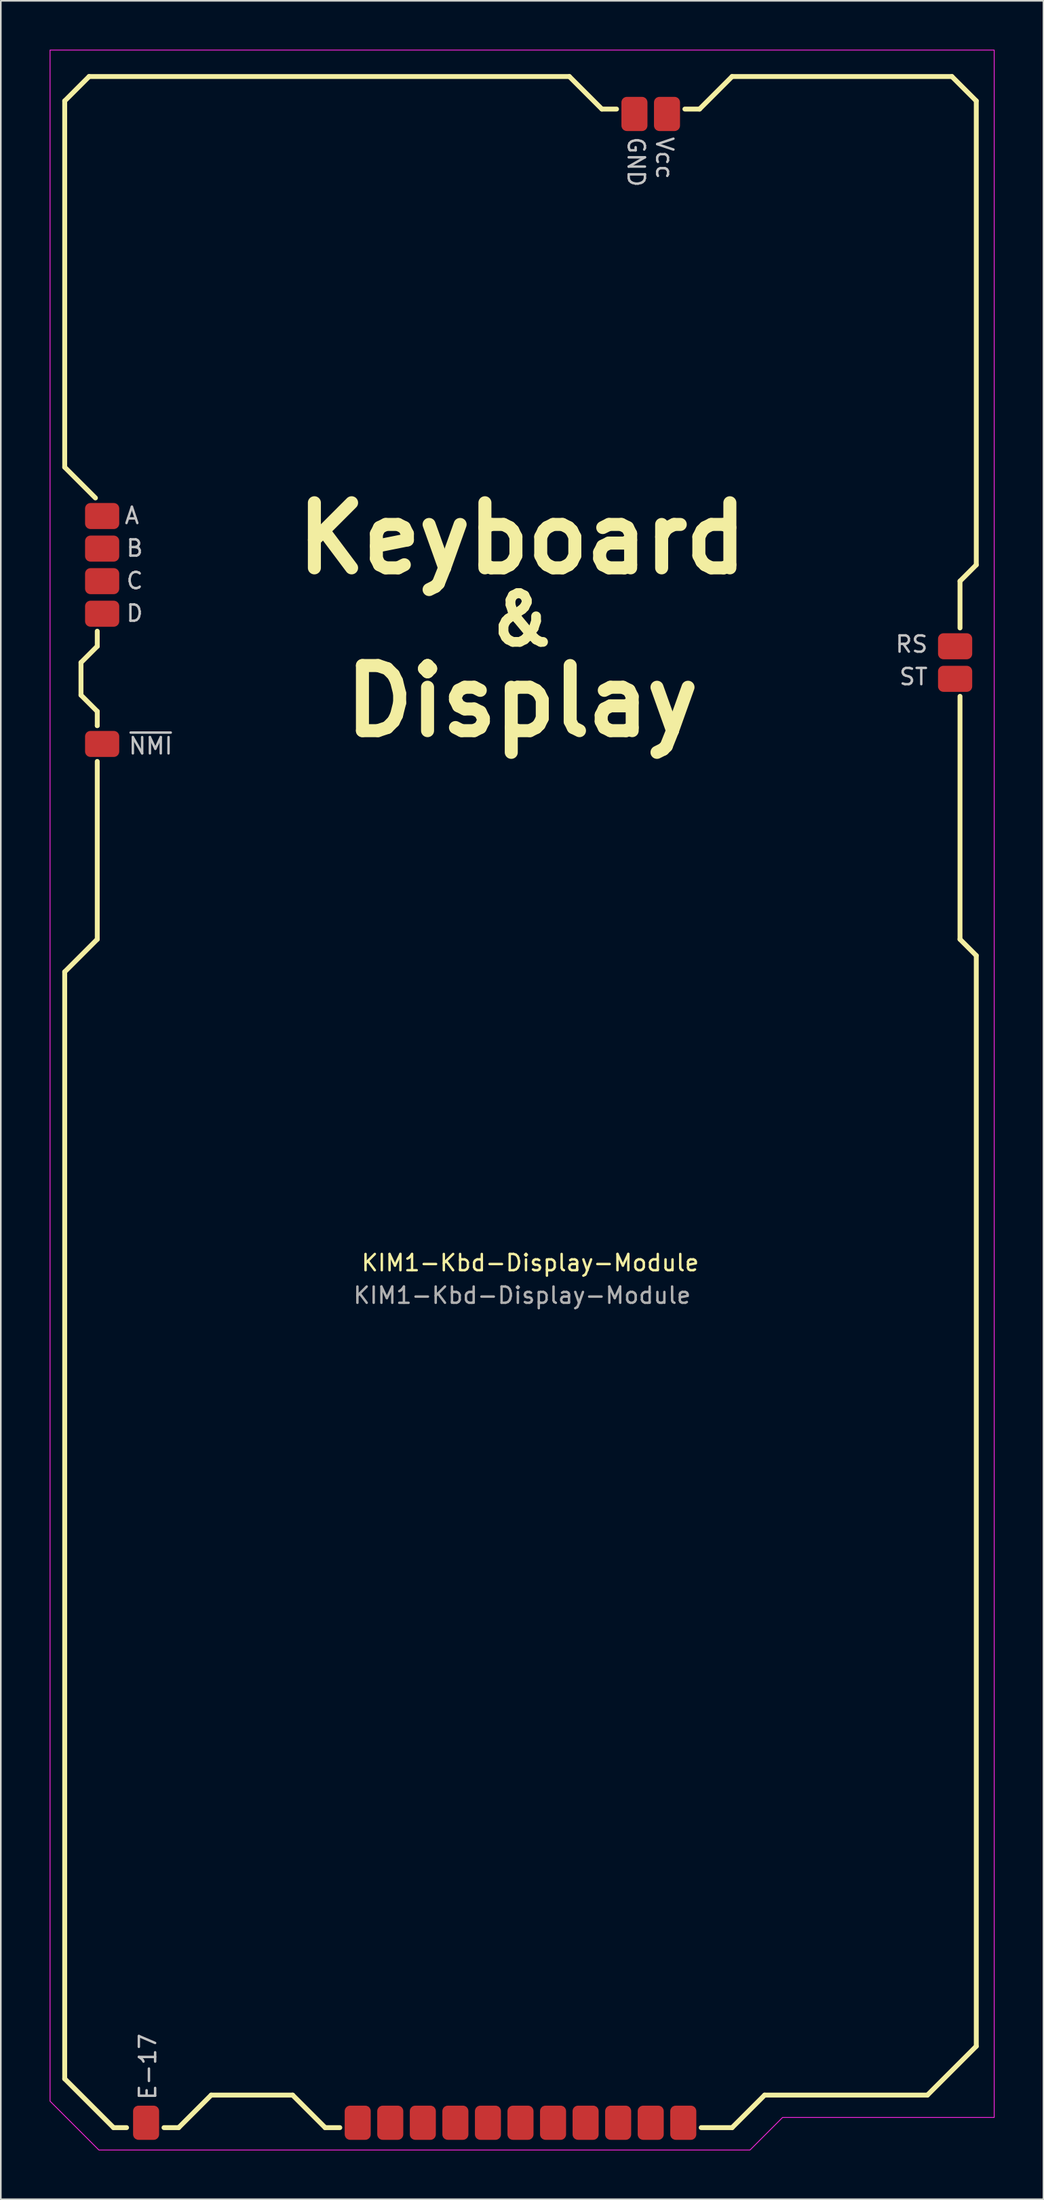
<source format=kicad_pcb>
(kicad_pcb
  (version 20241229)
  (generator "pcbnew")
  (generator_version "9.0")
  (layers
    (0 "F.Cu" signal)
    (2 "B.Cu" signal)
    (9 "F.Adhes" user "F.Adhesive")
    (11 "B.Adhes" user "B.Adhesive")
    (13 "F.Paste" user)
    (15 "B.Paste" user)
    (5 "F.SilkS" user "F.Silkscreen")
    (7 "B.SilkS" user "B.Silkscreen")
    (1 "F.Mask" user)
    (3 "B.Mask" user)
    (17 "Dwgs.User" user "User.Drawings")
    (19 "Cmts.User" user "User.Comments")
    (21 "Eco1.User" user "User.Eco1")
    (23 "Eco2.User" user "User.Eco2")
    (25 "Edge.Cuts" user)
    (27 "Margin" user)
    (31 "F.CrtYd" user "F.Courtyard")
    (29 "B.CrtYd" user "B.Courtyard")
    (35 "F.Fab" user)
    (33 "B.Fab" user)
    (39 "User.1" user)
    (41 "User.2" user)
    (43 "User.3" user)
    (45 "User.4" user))
  (footprint "KIM1-Kbd-Display-Module"
    (layer "F.Cu")
    (at 29.025 65.025)
    (property "Reference" "KIM1-Kbd-Display-Module" (at 0.5 9.5 0) (unlocked yes) (layer "F.SilkS") (effects (font (size 1 1) (thickness 0.15))))
    (attr smd)
    (fp_line (start -28.1 -61.875) (end -28.1 -39.375) (stroke (width 0.3) (type default)) (layer "F.SilkS"))
    (fp_line (start -28.1 -39.375) (end -26.212 -37.487) (stroke (width 0.3) (type default)) (layer "F.SilkS"))
    (fp_line (start -28.1 -8.375) (end -28.1 59.625) (stroke (width 0.3) (type default)) (layer "F.SilkS"))
    (fp_line (start -28.1 59.625) (end -25.1 62.625) (stroke (width 0.3) (type default)) (layer "F.SilkS"))
    (fp_line (start -27.1 -27.375) (end -27.1 -25.375) (stroke (width 0.3) (type default)) (layer "F.SilkS"))
    (fp_line (start -27.1 -25.375) (end -26.1 -24.375) (stroke (width 0.3) (type default)) (layer "F.SilkS"))
    (fp_line (start -26.6 -63.375) (end -28.1 -61.875) (stroke (width 0.3) (type default)) (layer "F.SilkS"))
    (fp_line (start -26.1 -29.3) (end -26.1 -28.375) (stroke (width 0.3) (type default)) (layer "F.SilkS"))
    (fp_line (start -26.1 -28.375) (end -27.1 -27.375) (stroke (width 0.3) (type default)) (layer "F.SilkS"))
    (fp_line (start -26.1 -24.375) (end -26.1 -23.5) (stroke (width 0.3) (type default)) (layer "F.SilkS"))
    (fp_line (start -26.1 -23.5) (end -26.1 -23.5) (stroke (width 0.3) (type default)) (layer "F.SilkS"))
    (fp_line (start -26.1 -21.3) (end -26.1 -10.375) (stroke (width 0.3) (type default)) (layer "F.SilkS"))
    (fp_line (start -26.1 -10.375) (end -28.1 -8.375) (stroke (width 0.3) (type default)) (layer "F.SilkS"))
    (fp_line (start -25.1 62.625) (end -24.3 62.625) (stroke (width 0.3) (type default)) (layer "F.SilkS"))
    (fp_line (start -22 62.625) (end -21.1 62.625) (stroke (width 0.3) (type default)) (layer "F.SilkS"))
    (fp_line (start -21.1 62.625) (end -19.1 60.625) (stroke (width 0.3) (type default)) (layer "F.SilkS"))
    (fp_line (start -19.1 60.625) (end -14.1 60.625) (stroke (width 0.3) (type default)) (layer "F.SilkS"))
    (fp_line (start -14.1 60.625) (end -12.1 62.625) (stroke (width 0.3) (type default)) (layer "F.SilkS"))
    (fp_line (start -12.1 62.625) (end -11.2 62.625) (stroke (width 0.3) (type default)) (layer "F.SilkS"))
    (fp_line (start 2.9 -63.375) (end -26.6 -63.375) (stroke (width 0.3) (type default)) (layer "F.SilkS"))
    (fp_line (start 4.9 -61.375) (end 2.9 -63.375) (stroke (width 0.3) (type default)) (layer "F.SilkS"))
    (fp_line (start 5.8 -61.375) (end 4.9 -61.375) (stroke (width 0.3) (type default)) (layer "F.SilkS"))
    (fp_line (start 10.9 -61.375) (end 10 -61.375) (stroke (width 0.3) (type default)) (layer "F.SilkS"))
    (fp_line (start 11 62.625) (end 12.9 62.625) (stroke (width 0.3) (type default)) (layer "F.SilkS"))
    (fp_line (start 12.9 -63.375) (end 10.9 -61.375) (stroke (width 0.3) (type default)) (layer "F.SilkS"))
    (fp_line (start 12.9 62.625) (end 14.9 60.625) (stroke (width 0.3) (type default)) (layer "F.SilkS"))
    (fp_line (start 14.9 60.625) (end 24.9 60.625) (stroke (width 0.3) (type default)) (layer "F.SilkS"))
    (fp_line (start 24.9 60.625) (end 27.9 57.625) (stroke (width 0.3) (type default)) (layer "F.SilkS"))
    (fp_line (start 26.4 -63.375) (end 12.9 -63.375) (stroke (width 0.3) (type default)) (layer "F.SilkS"))
    (fp_line (start 26.9 -32.375) (end 27.9 -33.375) (stroke (width 0.3) (type default)) (layer "F.SilkS"))
    (fp_line (start 26.9 -29.5) (end 26.9 -32.375) (stroke (width 0.3) (type default)) (layer "F.SilkS"))
    (fp_line (start 26.9 -10.375) (end 26.9 -25.3) (stroke (width 0.3) (type default)) (layer "F.SilkS"))
    (fp_line (start 27.9 -61.875) (end 26.4 -63.375) (stroke (width 0.3) (type default)) (layer "F.SilkS"))
    (fp_line (start 27.9 -33.375) (end 27.9 -61.875) (stroke (width 0.3) (type default)) (layer "F.SilkS"))
    (fp_line (start 27.9 -9.375) (end 26.9 -10.375) (stroke (width 0.3) (type default)) (layer "F.SilkS"))
    (fp_line (start 27.9 57.625) (end 27.9 -9.375) (stroke (width 0.3) (type default)) (layer "F.SilkS"))
    (fp_poly (pts (xy -29 -65) (xy 29 -65) (xy 29 62) (xy 16 62) (xy 14 64) (xy -26 64) (xy -29 61)) (stroke (width 0.05) (type solid)) (fill no) (layer "F.CrtYd"))
    (fp_text user "Display" (at 0 -25 0) (unlocked yes) (layer "F.SilkS") (effects (font (size 4 4) (thickness 0.8) (bold yes))))
    (fp_text user "&" (at 0 -30 0) (unlocked yes) (layer "F.SilkS") (effects (font (size 3 3) (thickness 0.6) (bold yes))))
    (fp_text user "Keyboard" (at 0 -35 0) (unlocked yes) (layer "F.SilkS") (effects (font (size 4 4) (thickness 0.8) (bold yes))))
    (fp_text user "ST" (at 25 -26.5 0) (unlocked yes) (layer "Dwgs.User") (effects (font (size 1 1) (thickness 0.15)) (justify right)))
    (fp_text user "D" (at -24.4 -30.4 0) (unlocked yes) (layer "Dwgs.User") (effects (font (size 1 1) (thickness 0.15)) (justify left)))
    (fp_text user "~{NMI}" (at -24.25 -22.25 0) (unlocked yes) (layer "Dwgs.User") (effects (font (size 1 1) (thickness 0.15)) (justify left)))
    (fp_text user "GND" (at 7 -59.75 270) (unlocked yes) (layer "Dwgs.User") (effects (font (size 1 1) (thickness 0.15)) (justify left)))
    (fp_text user "B" (at -24.4 -34.4 0) (unlocked yes) (layer "Dwgs.User") (effects (font (size 1 1) (thickness 0.15)) (justify left)))
    (fp_text user "A" (at -24.5 -36.4 0) (unlocked yes) (layer "Dwgs.User") (effects (font (size 1 1) (thickness 0.15)) (justify left)))
    (fp_text user "Vcc" (at 8.75 -59.75 270) (unlocked yes) (layer "Dwgs.User") (effects (font (size 1 1) (thickness 0.15)) (justify left)))
    (fp_text user "E-17" (at -23 61 90) (unlocked yes) (layer "Dwgs.User") (effects (font (size 1 1) (thickness 0.15)) (justify left)))
    (fp_text user "RS" (at 25 -28.5 0) (unlocked yes) (layer "Dwgs.User") (effects (font (size 1 1) (thickness 0.15)) (justify right)))
    (fp_text user "C" (at -24.4 -32.4 0) (unlocked yes) (layer "Dwgs.User") (effects (font (size 1 1) (thickness 0.15)) (justify left)))
    (fp_text user "${REFERENCE}" (at 0 11.5 0) (unlocked yes) (layer "F.Fab") (effects (font (size 1 1) (thickness 0.15))))
    (pad "1" smd roundrect (at -26.1 -36.375 180) (size 2.1 1.6) (drill (offset -0.3 0)) (layers "F.Cu" "F.Mask" "F.Paste") (roundrect_rratio 0.208))
    (pad "2" smd roundrect (at -26.1 -34.375 180) (size 2.1 1.6) (drill (offset -0.3 0)) (layers "F.Cu" "F.Mask" "F.Paste") (roundrect_rratio 0.208))
    (pad "3" smd roundrect (at -26.1 -32.375 180) (size 2.1 1.6) (drill (offset -0.3 0)) (layers "F.Cu" "F.Mask" "F.Paste") (roundrect_rratio 0.208))
    (pad "4" smd roundrect (at -26.1 -30.375 180) (size 2.1 1.6) (drill (offset -0.3 0)) (layers "F.Cu" "F.Mask" "F.Paste") (roundrect_rratio 0.208))
    (pad "5" smd roundrect (at -26.1 -22.375 180) (size 2.1 1.6) (drill (offset -0.3 0)) (layers "F.Cu" "F.Mask" "F.Paste") (roundrect_rratio 0.208))
    (pad "6" smd roundrect (at -23.1 62.625 270) (size 2.1 1.6) (drill (offset -0.3 0)) (layers "F.Cu" "F.Mask" "F.Paste") (roundrect_rratio 0.208))
    (pad "7" smd roundrect (at -10.1 62.625 270) (size 2.1 1.6) (drill (offset -0.3 0)) (layers "F.Cu" "F.Mask" "F.Paste") (roundrect_rratio 0.208))
    (pad "8" smd roundrect (at -8.1 62.625 270) (size 2.1 1.6) (drill (offset -0.3 0)) (layers "F.Cu" "F.Mask" "F.Paste") (roundrect_rratio 0.208))
    (pad "9" smd roundrect (at -6.1 62.625 270) (size 2.1 1.6) (drill (offset -0.3 0)) (layers "F.Cu" "F.Mask" "F.Paste") (roundrect_rratio 0.208))
    (pad "10" smd roundrect (at -4.1 62.625 270) (size 2.1 1.6) (drill (offset -0.3 0)) (layers "F.Cu" "F.Mask" "F.Paste") (roundrect_rratio 0.208))
    (pad "11" smd roundrect (at -2.1 62.625 270) (size 2.1 1.6) (drill (offset -0.3 0)) (layers "F.Cu" "F.Mask" "F.Paste") (roundrect_rratio 0.208))
    (pad "12" smd roundrect (at -0.1 62.625 270) (size 2.1 1.6) (drill (offset -0.3 0)) (layers "F.Cu" "F.Mask" "F.Paste") (roundrect_rratio 0.208))
    (pad "13" smd roundrect (at 1.9 62.625 270) (size 2.1 1.6) (drill (offset -0.3 0)) (layers "F.Cu" "F.Mask" "F.Paste") (roundrect_rratio 0.208))
    (pad "14" smd roundrect (at 3.9 62.625 270) (size 2.1 1.6) (drill (offset -0.3 0)) (layers "F.Cu" "F.Mask" "F.Paste") (roundrect_rratio 0.208))
    (pad "15" smd roundrect (at 5.9 62.625 270) (size 2.1 1.6) (drill (offset -0.3 0)) (layers "F.Cu" "F.Mask" "F.Paste") (roundrect_rratio 0.208))
    (pad "16" smd roundrect (at 7.9 62.625 270) (size 2.1 1.6) (drill (offset -0.3 0)) (layers "F.Cu" "F.Mask" "F.Paste") (roundrect_rratio 0.208))
    (pad "17" smd roundrect (at 9.9 62.625 270) (size 2.1 1.6) (drill (offset -0.3 0)) (layers "F.Cu" "F.Mask" "F.Paste") (roundrect_rratio 0.208))
    (pad "18" smd roundrect (at 26.9 -26.375) (size 2.1 1.6) (drill (offset -0.3 0)) (layers "F.Cu" "F.Mask" "F.Paste") (roundrect_rratio 0.208))
    (pad "19" smd roundrect (at 26.9 -28.375) (size 2.1 1.6) (drill (offset -0.3 0)) (layers "F.Cu" "F.Mask" "F.Paste") (roundrect_rratio 0.208))
    (pad "20" smd roundrect (at 8.9 -61.375 90) (size 2.1 1.6) (drill (offset -0.3 0)) (layers "F.Cu" "F.Mask" "F.Paste") (roundrect_rratio 0.208))
    (pad "21" smd roundrect (at 6.9 -61.375 90) (size 2.1 1.6) (drill (offset -0.3 0)) (layers "F.Cu" "F.Mask" "F.Paste") (roundrect_rratio 0.208)))
  (gr_rect
    (start -3 -3)
    (end 61.05 132.05)
    (stroke (width 0.1) (type default))
    (fill no)
    (layer "Edge.Cuts")))
</source>
